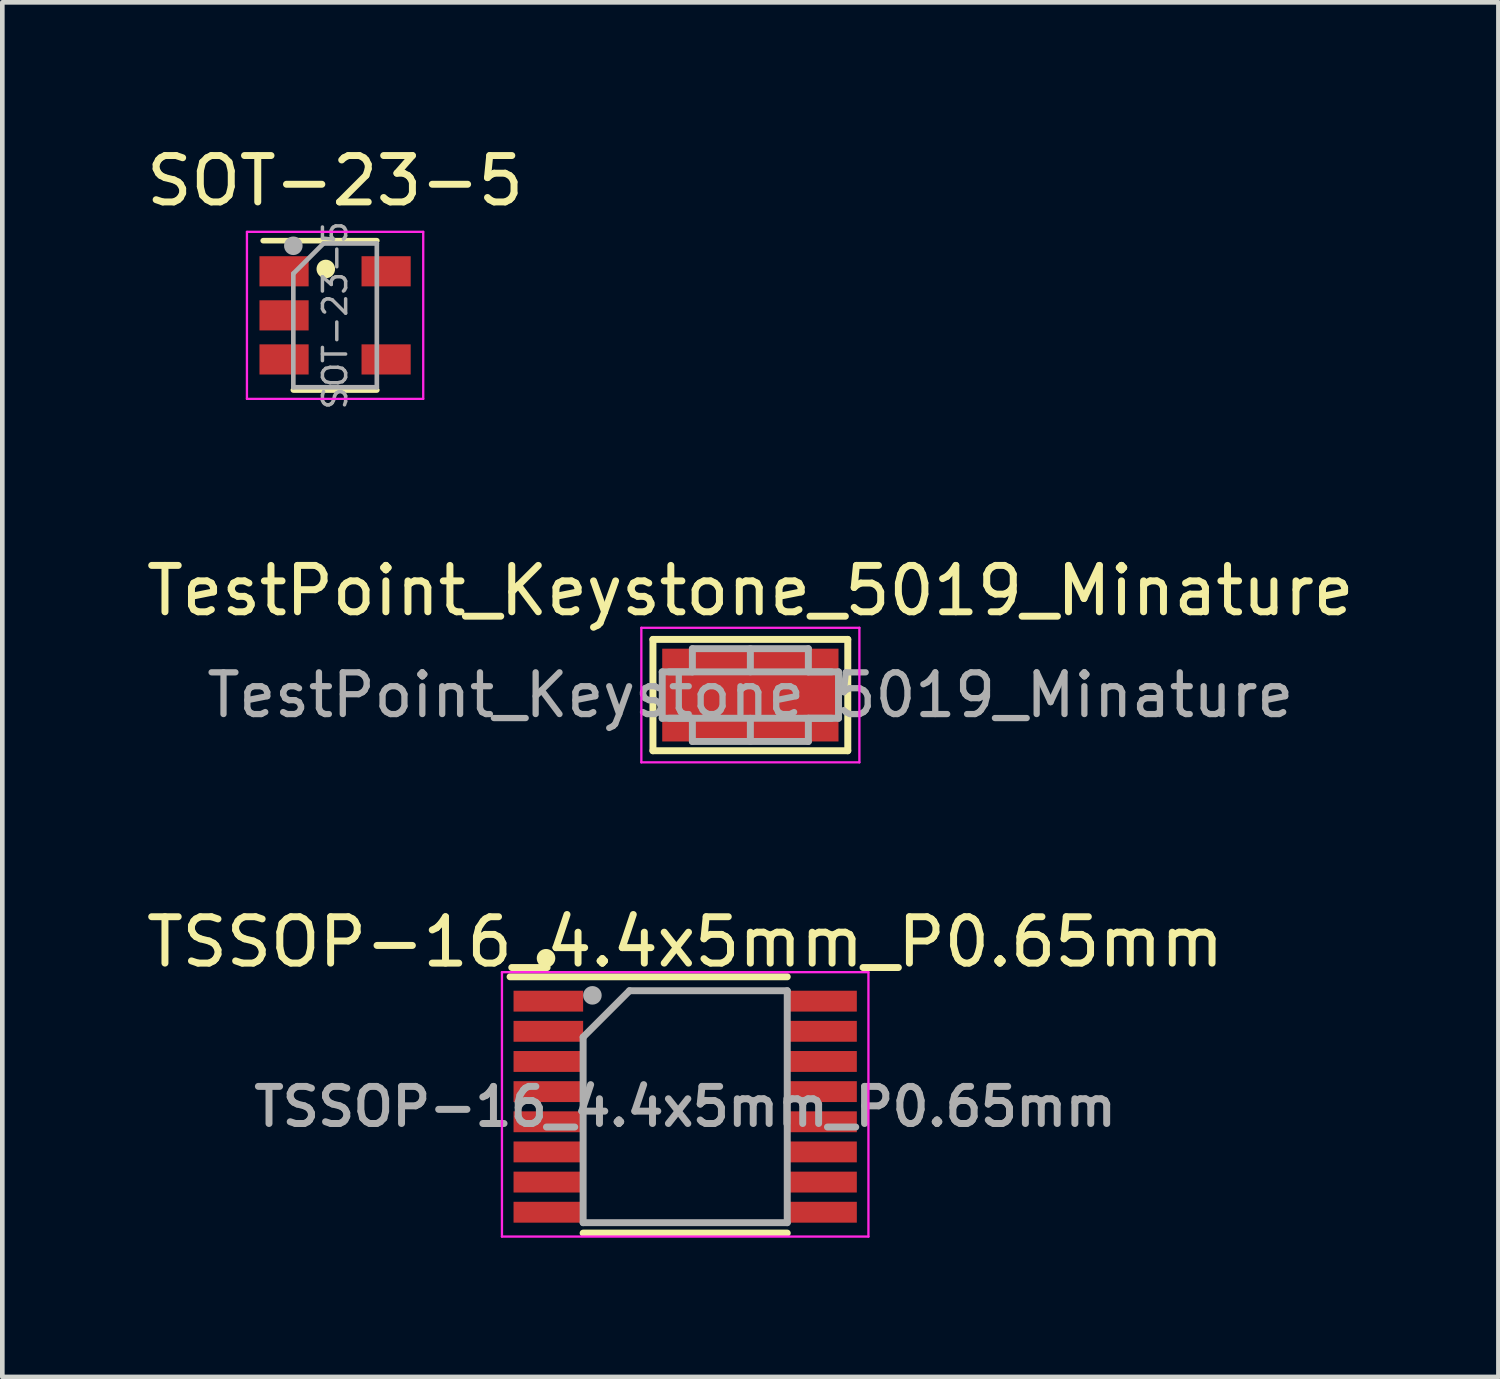
<source format=kicad_pcb>
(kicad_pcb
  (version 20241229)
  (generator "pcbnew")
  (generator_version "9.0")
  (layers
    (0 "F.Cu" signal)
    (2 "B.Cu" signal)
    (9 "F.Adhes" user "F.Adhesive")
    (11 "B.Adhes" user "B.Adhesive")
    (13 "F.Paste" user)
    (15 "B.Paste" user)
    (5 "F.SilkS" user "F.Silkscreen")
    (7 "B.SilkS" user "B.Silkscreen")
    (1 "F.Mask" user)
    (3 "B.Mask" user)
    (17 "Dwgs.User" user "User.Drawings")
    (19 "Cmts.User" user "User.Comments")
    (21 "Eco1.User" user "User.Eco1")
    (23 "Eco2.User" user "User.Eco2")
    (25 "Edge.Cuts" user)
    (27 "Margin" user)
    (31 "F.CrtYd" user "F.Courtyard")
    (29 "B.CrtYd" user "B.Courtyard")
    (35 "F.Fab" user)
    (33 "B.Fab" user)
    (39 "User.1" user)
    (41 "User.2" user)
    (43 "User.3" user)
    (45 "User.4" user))
  (footprint "TestPoint_Keystone_5019_Minature"
    (layer "F.Cu")
    (at 13.125 11.933)
    (property "Reference" "TestPoint_Keystone_5019_Minature" (at 0 -2.25 0) (layer "F.SilkS") (effects (font (size 1 1) (thickness 0.15))))
    (attr smd)
    (fp_line (start -2.1 -1.2) (end 2.1 -1.2) (stroke (width 0.15) (type solid)) (layer "F.SilkS"))
    (fp_line (start -2.1 1.2) (end -2.1 -1.2) (stroke (width 0.15) (type solid)) (layer "F.SilkS"))
    (fp_line (start 2.1 -1.2) (end 2.1 1.2) (stroke (width 0.15) (type solid)) (layer "F.SilkS"))
    (fp_line (start 2.1 1.2) (end -2.1 1.2) (stroke (width 0.15) (type solid)) (layer "F.SilkS"))
    (fp_line (start -2.35 -1.45) (end 2.35 -1.45) (stroke (width 0.05) (type solid)) (layer "F.CrtYd"))
    (fp_line (start -2.35 1.45) (end -2.35 -1.45) (stroke (width 0.05) (type solid)) (layer "F.CrtYd"))
    (fp_line (start 2.35 -1.45) (end 2.35 1.45) (stroke (width 0.05) (type solid)) (layer "F.CrtYd"))
    (fp_line (start 2.35 1.45) (end -2.35 1.45) (stroke (width 0.05) (type solid)) (layer "F.CrtYd"))
    (fp_line (start -1.9 -0.5) (end -1.9 0.5) (stroke (width 0.15) (type solid)) (layer "F.Fab"))
    (fp_line (start -1.9 -0.5) (end 1.9 -0.5) (stroke (width 0.15) (type solid)) (layer "F.Fab"))
    (fp_line (start -1.75 0.5) (end -1.25 0.5) (stroke (width 0.15) (type solid)) (layer "F.Fab"))
    (fp_line (start -1.25 -1) (end -1.25 -0.5) (stroke (width 0.15) (type solid)) (layer "F.Fab"))
    (fp_line (start -1.25 -0.5) (end -1.75 -0.5) (stroke (width 0.15) (type solid)) (layer "F.Fab"))
    (fp_line (start -1.25 0.5) (end -1.25 1) (stroke (width 0.15) (type solid)) (layer "F.Fab"))
    (fp_line (start -1.25 1) (end 1.25 1) (stroke (width 0.15) (type solid)) (layer "F.Fab"))
    (fp_line (start 0 -1) (end 0 -0.5) (stroke (width 0.15) (type solid)) (layer "F.Fab"))
    (fp_line (start 0 0.5) (end 0 1) (stroke (width 0.15) (type solid)) (layer "F.Fab"))
    (fp_line (start 1.25 -1) (end -1.25 -1) (stroke (width 0.15) (type solid)) (layer "F.Fab"))
    (fp_line (start 1.25 -0.5) (end 1.25 -1) (stroke (width 0.15) (type solid)) (layer "F.Fab"))
    (fp_line (start 1.25 0.5) (end 1.75 0.5) (stroke (width 0.15) (type solid)) (layer "F.Fab"))
    (fp_line (start 1.25 1) (end 1.25 0.5) (stroke (width 0.15) (type solid)) (layer "F.Fab"))
    (fp_line (start 1.75 -0.5) (end 1.25 -0.5) (stroke (width 0.15) (type solid)) (layer "F.Fab"))
    (fp_line (start 1.9 0.5) (end -1.9 0.5) (stroke (width 0.15) (type solid)) (layer "F.Fab"))
    (fp_line (start 1.9 0.5) (end 1.9 -0.5) (stroke (width 0.15) (type solid)) (layer "F.Fab"))
    (fp_text user "${REFERENCE}" (at 0 0 0) (layer "F.Fab") (effects (font (size 0.9 0.9) (thickness 0.135))))
    (pad "1" smd rect (at 0 0) (size 3.8 2) (layers "F.Cu" "F.Mask" "F.Paste")))
  (footprint "SOT-23-5"
    (layer "F.Cu")
    (at 4.173 3.748)
    (property "Reference" "SOT-23-5" (at 0 -2.9 0) (layer "F.SilkS") (effects (font (size 1 1) (thickness 0.15))))
    (attr smd)
    (fp_line (start -0.9 1.61) (end 0.9 1.61) (stroke (width 0.12) (type solid)) (layer "F.SilkS"))
    (fp_line (start 0.9 -1.61) (end -1.55 -1.61) (stroke (width 0.12) (type solid)) (layer "F.SilkS"))
    (fp_circle (center -0.2 -1) (end -0.1 -1) (stroke (width 0.2) (type solid)) (fill no) (layer "F.SilkS"))
    (fp_line (start -1.9 -1.8) (end 1.9 -1.8) (stroke (width 0.05) (type solid)) (layer "F.CrtYd"))
    (fp_line (start -1.9 1.8) (end -1.9 -1.8) (stroke (width 0.05) (type solid)) (layer "F.CrtYd"))
    (fp_line (start 1.9 -1.8) (end 1.9 1.8) (stroke (width 0.05) (type solid)) (layer "F.CrtYd"))
    (fp_line (start 1.9 1.8) (end -1.9 1.8) (stroke (width 0.05) (type solid)) (layer "F.CrtYd"))
    (fp_line (start -0.9 -0.9) (end -0.9 1.55) (stroke (width 0.1) (type solid)) (layer "F.Fab"))
    (fp_line (start -0.9 -0.9) (end -0.25 -1.55) (stroke (width 0.1) (type solid)) (layer "F.Fab"))
    (fp_line (start 0.9 -1.55) (end -0.25 -1.55) (stroke (width 0.1) (type solid)) (layer "F.Fab"))
    (fp_line (start 0.9 -1.55) (end 0.9 1.55) (stroke (width 0.1) (type solid)) (layer "F.Fab"))
    (fp_line (start 0.9 1.55) (end -0.9 1.55) (stroke (width 0.1) (type solid)) (layer "F.Fab"))
    (fp_circle (center -0.9 -1.5) (end -0.8 -1.5) (stroke (width 0.2) (type solid)) (fill no) (layer "F.Fab"))
    (fp_text user "${REFERENCE}" (at 0 0 90) (layer "F.Fab") (effects (font (size 0.5 0.5) (thickness 0.075))))
    (pad "1" smd rect (at -1.1 -0.95) (size 1.06 0.65) (layers "F.Cu" "F.Mask" "F.Paste"))
    (pad "2" smd rect (at -1.1 0) (size 1.06 0.65) (layers "F.Cu" "F.Mask" "F.Paste"))
    (pad "3" smd rect (at -1.1 0.95) (size 1.06 0.65) (layers "F.Cu" "F.Mask" "F.Paste"))
    (pad "4" smd rect (at 1.1 0.95) (size 1.06 0.65) (layers "F.Cu" "F.Mask" "F.Paste"))
    (pad "5" smd rect (at 1.1 -0.95) (size 1.06 0.65) (layers "F.Cu" "F.Mask" "F.Paste")))
  (footprint "TSSOP-16_4.4x5mm_P0.65mm"
    (layer "F.Cu")
    (at 11.72 20.806)
    (property "Reference" "TSSOP-16_4.4x5mm_P0.65mm" (at 0 -3.55 0) (layer "F.SilkS") (effects (font (size 1 1) (thickness 0.15))))
    (attr smd)
    (fp_line (start -3.775 -2.8) (end 2.2 -2.8) (stroke (width 0.15) (type solid)) (layer "F.SilkS"))
    (fp_line (start -2.2 2.725) (end 2.2 2.725) (stroke (width 0.15) (type solid)) (layer "F.SilkS"))
    (fp_circle (center -3 -3.2) (end -2.9 -3.2) (stroke (width 0.2) (type solid)) (fill no) (layer "F.SilkS"))
    (fp_line (start -3.95 -2.9) (end -3.95 2.8) (stroke (width 0.05) (type solid)) (layer "F.CrtYd"))
    (fp_line (start -3.95 -2.9) (end 3.95 -2.9) (stroke (width 0.05) (type solid)) (layer "F.CrtYd"))
    (fp_line (start -3.95 2.8) (end 3.95 2.8) (stroke (width 0.05) (type solid)) (layer "F.CrtYd"))
    (fp_line (start 3.95 -2.9) (end 3.95 2.8) (stroke (width 0.05) (type solid)) (layer "F.CrtYd"))
    (fp_line (start -2.2 -1.5) (end -1.2 -2.5) (stroke (width 0.15) (type solid)) (layer "F.Fab"))
    (fp_line (start -2.2 2.5) (end -2.2 -1.5) (stroke (width 0.15) (type solid)) (layer "F.Fab"))
    (fp_line (start -1.2 -2.5) (end 2.2 -2.5) (stroke (width 0.15) (type solid)) (layer "F.Fab"))
    (fp_line (start 2.2 -2.5) (end 2.2 2.5) (stroke (width 0.15) (type solid)) (layer "F.Fab"))
    (fp_line (start 2.2 2.5) (end -2.2 2.5) (stroke (width 0.15) (type solid)) (layer "F.Fab"))
    (fp_circle (center -2 -2.4) (end -1.9 -2.4) (stroke (width 0.2) (type solid)) (fill no) (layer "F.Fab"))
    (fp_text user "${REFERENCE}" (at 0 0 0) (layer "F.Fab") (effects (font (size 0.8 0.8) (thickness 0.15))))
    (pad "1" smd rect (at -2.95 -2.275) (size 1.5 0.45) (layers "F.Cu" "F.Mask" "F.Paste"))
    (pad "2" smd rect (at -2.95 -1.625) (size 1.5 0.45) (layers "F.Cu" "F.Mask" "F.Paste"))
    (pad "3" smd rect (at -2.95 -0.975) (size 1.5 0.45) (layers "F.Cu" "F.Mask" "F.Paste"))
    (pad "4" smd rect (at -2.95 -0.325) (size 1.5 0.45) (layers "F.Cu" "F.Mask" "F.Paste"))
    (pad "5" smd rect (at -2.95 0.325) (size 1.5 0.45) (layers "F.Cu" "F.Mask" "F.Paste"))
    (pad "6" smd rect (at -2.95 0.975) (size 1.5 0.45) (layers "F.Cu" "F.Mask" "F.Paste"))
    (pad "7" smd rect (at -2.95 1.625) (size 1.5 0.45) (layers "F.Cu" "F.Mask" "F.Paste"))
    (pad "8" smd rect (at -2.95 2.275) (size 1.5 0.45) (layers "F.Cu" "F.Mask" "F.Paste"))
    (pad "9" smd rect (at 2.95 2.275) (size 1.5 0.45) (layers "F.Cu" "F.Mask" "F.Paste"))
    (pad "10" smd rect (at 2.95 1.625) (size 1.5 0.45) (layers "F.Cu" "F.Mask" "F.Paste"))
    (pad "11" smd rect (at 2.95 0.975) (size 1.5 0.45) (layers "F.Cu" "F.Mask" "F.Paste"))
    (pad "12" smd rect (at 2.95 0.325) (size 1.5 0.45) (layers "F.Cu" "F.Mask" "F.Paste"))
    (pad "13" smd rect (at 2.95 -0.325) (size 1.5 0.45) (layers "F.Cu" "F.Mask" "F.Paste"))
    (pad "14" smd rect (at 2.95 -0.975) (size 1.5 0.45) (layers "F.Cu" "F.Mask" "F.Paste"))
    (pad "15" smd rect (at 2.95 -1.625) (size 1.5 0.45) (layers "F.Cu" "F.Mask" "F.Paste"))
    (pad "16" smd rect (at 2.95 -2.275) (size 1.5 0.45) (layers "F.Cu" "F.Mask" "F.Paste")))
  (gr_rect
    (start -3 -3)
    (end 29.25 26.631)
    (stroke (width 0.1) (type default))
    (fill no)
    (layer "Edge.Cuts")))
</source>
